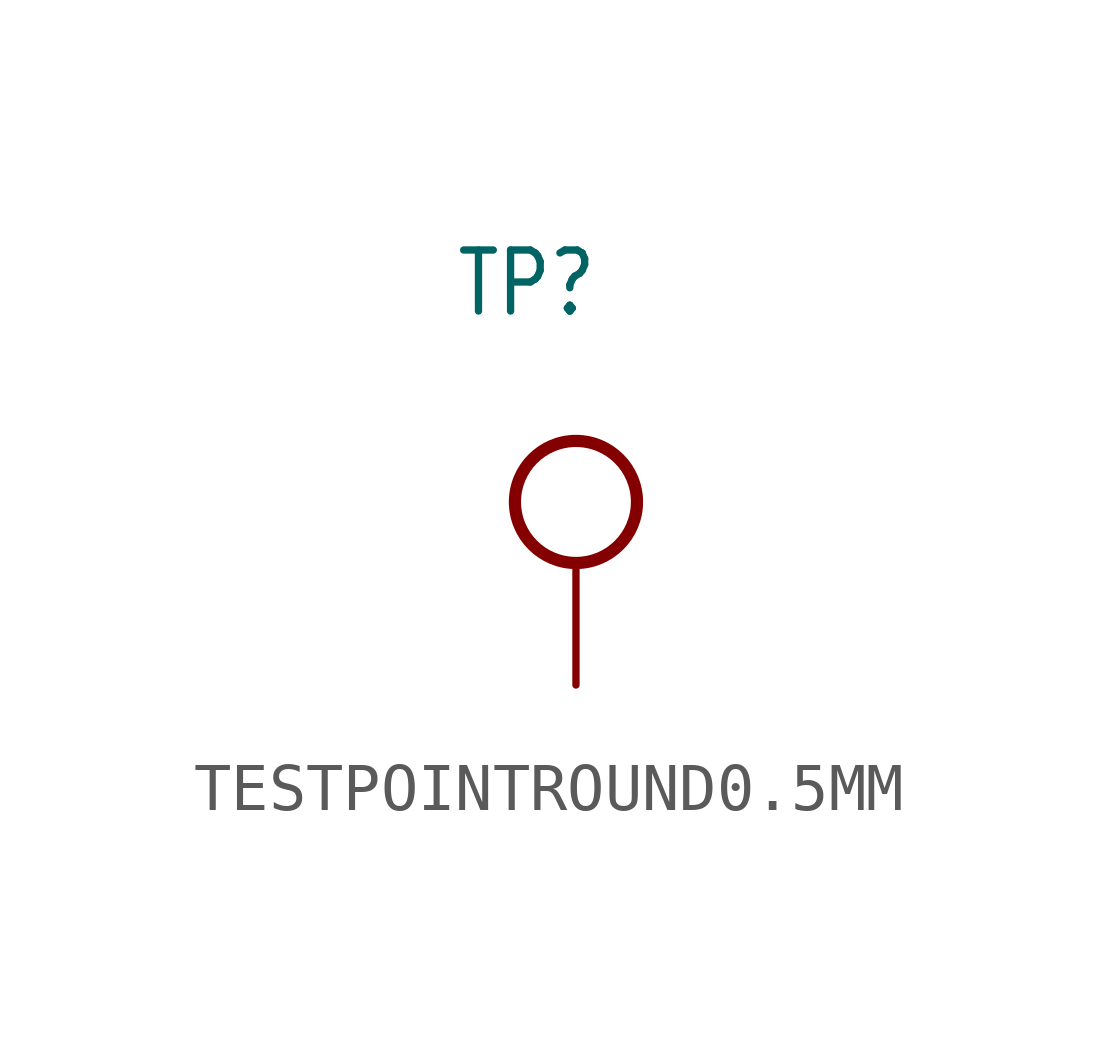
<source format=kicad_sym>
(kicad_symbol_lib
  (version 20231120)
  (generator "kicad_symbol_editor")
  (generator_version "8.0")
  (symbol "TESTPOINTROUND0.5MM"
    (property "Reference" "TP"
      (at -2.54 7.62 0)
      (effects (font (size 1.27 1.079)) (justify left bottom)))
    (property "Value" ""
      (at -2.54 5.715 0)
      (effects (font (size 1.27 1.079)) (justify left bottom)))
    (property "ki_locked" ""
      (at 0 0 0)
      (effects (font (size 1.27 1.27))))
    (symbol "TESTPOINTROUND0.5MM_1_0"
      (circle (center 0 3.81) (radius 1.27) (stroke (width 0.254) (type solid)) (fill (type none)))
      (pin bidirectional line (at 0 0 90) (length 2.54) (name "P$1" (effects (font (size 0 0)))) (number "P$1" (effects (font (size 0 0))))))))
</source>
